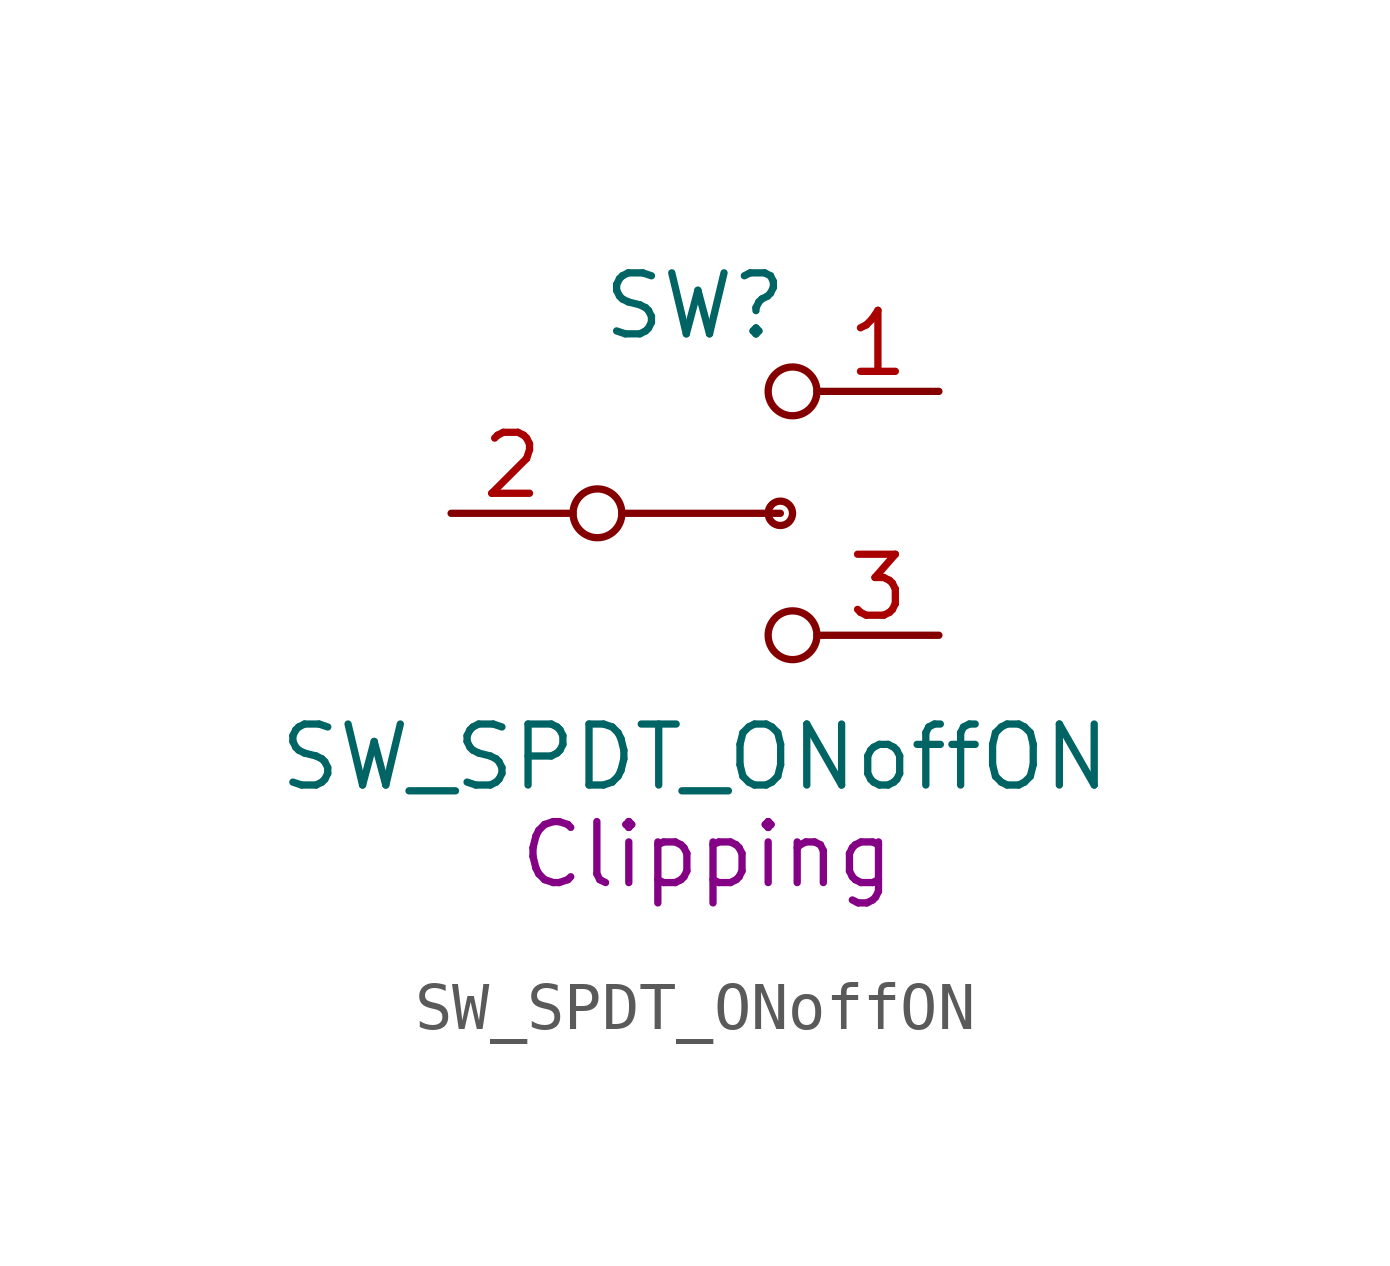
<source format=kicad_sym>
(kicad_symbol_lib
  (version 20211014)
  (generator kicad_symbol_editor)
  (symbol "SW_SPDT_ONoffON"
    (pin_names
      (offset 0) hide)
    (property "Reference" "SW"
      (at 0 4.318 0)
      (effects (font (size 1.27 1.27))))
    (property "Value" "SW_SPDT_ONoffON"
      (at 0 -5.08 0)
      (effects (font (size 1.27 1.27))))
    (property "NAME" "Clipping"
      (at 0.254 -7.112 0)
      (effects (font (size 1.27 1.27))))
    (symbol "SW_SPDT_ONoffON_0_0"
      (circle (center -2.032 0) (radius 0.508) (stroke (width 0) (type default) (color 0 0 0 0)) (fill (type none)))
      (circle (center 2.032 -2.54) (radius 0.508) (stroke (width 0) (type default) (color 0 0 0 0)) (fill (type none))))
    (symbol "SW_SPDT_ONoffON_0_1"
      (polyline (pts (xy -1.524 0) (xy 1.778 0)) (stroke (width 0) (type default) (color 0 0 0 0)) (fill (type none)))
      (circle (center 1.778 0) (radius 0.254) (stroke (width 0) (type default) (color 0 0 0 0)) (fill (type none)))
      (circle (center 2.032 2.54) (radius 0.508) (stroke (width 0) (type default) (color 0 0 0 0)) (fill (type none))))
    (symbol "SW_SPDT_ONoffON_1_1"
      (pin passive line (at 5.08 2.54 180) (length 2.54) (name "A" (effects (font (size 1.27 1.27)))) (number "1" (effects (font (size 1.27 1.27)))))
      (pin passive line (at -5.08 0 0) (length 2.54) (name "B" (effects (font (size 1.27 1.27)))) (number "2" (effects (font (size 1.27 1.27)))))
      (pin passive line (at 5.08 -2.54 180) (length 2.54) (name "C" (effects (font (size 1.27 1.27)))) (number "3" (effects (font (size 1.27 1.27))))))))
</source>
